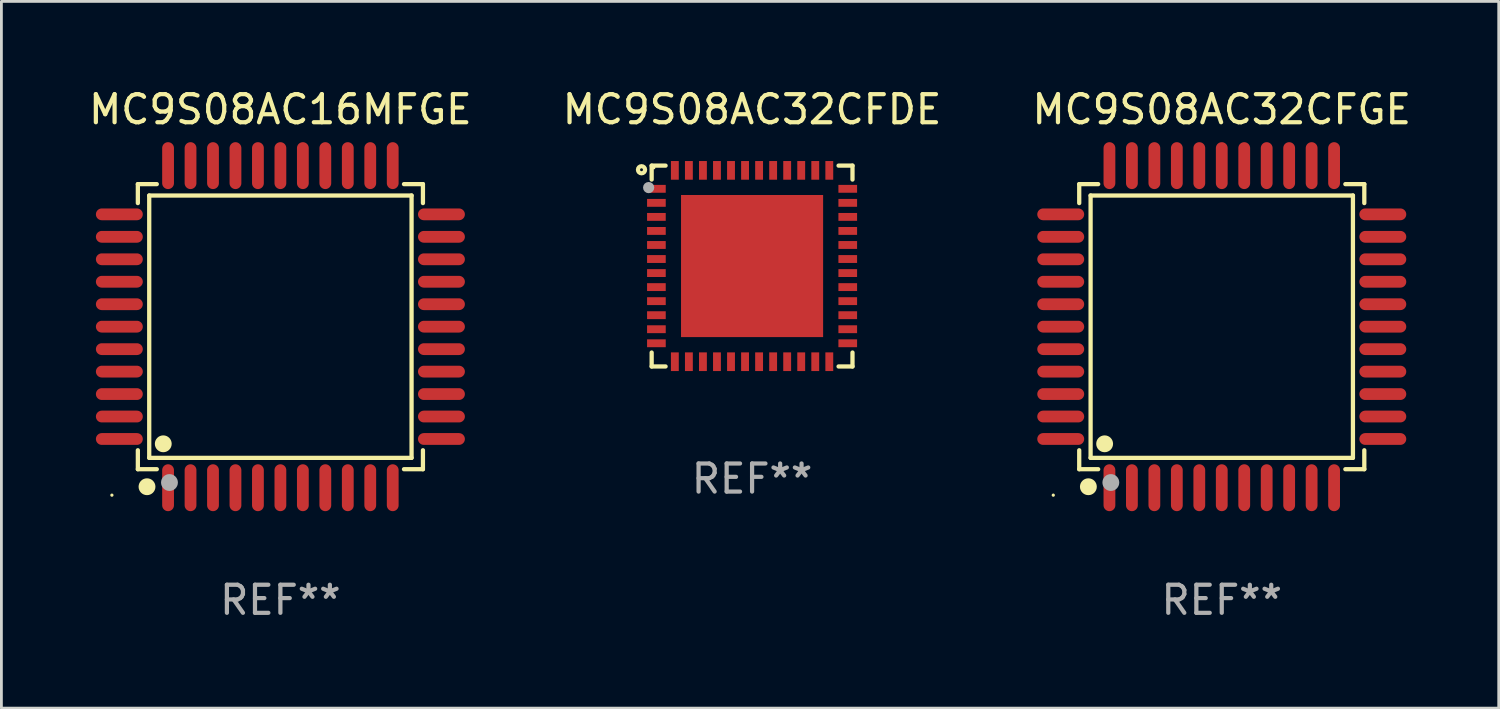
<source format=kicad_pcb>
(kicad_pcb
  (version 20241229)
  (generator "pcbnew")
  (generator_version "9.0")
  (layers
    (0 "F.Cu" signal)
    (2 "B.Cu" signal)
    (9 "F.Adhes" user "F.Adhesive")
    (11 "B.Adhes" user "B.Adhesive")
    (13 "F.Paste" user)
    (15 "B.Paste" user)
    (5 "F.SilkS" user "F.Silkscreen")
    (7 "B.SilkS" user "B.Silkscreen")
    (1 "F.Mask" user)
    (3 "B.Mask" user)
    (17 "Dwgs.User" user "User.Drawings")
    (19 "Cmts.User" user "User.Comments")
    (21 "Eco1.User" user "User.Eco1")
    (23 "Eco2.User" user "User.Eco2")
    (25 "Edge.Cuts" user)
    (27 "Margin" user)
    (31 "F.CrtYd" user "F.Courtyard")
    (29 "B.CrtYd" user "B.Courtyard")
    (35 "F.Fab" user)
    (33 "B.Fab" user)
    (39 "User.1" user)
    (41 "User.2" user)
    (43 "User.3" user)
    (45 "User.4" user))
  (footprint "MC9S08AC16MFGE"
    (layer "F.Cu")
    (at 6.935 8.583)
    (property "Reference" "MC9S08AC16MFGE" (at 0 -7.735 0) (layer "F.SilkS") (effects (font (size 1 1) (thickness 0.15))))
    (attr through_hole)
    (fp_line (start -5.076 -5.076) (end -4.401 -5.076) (stroke (width 0.152) (type solid)) (layer "F.SilkS"))
    (fp_line (start -5.076 -4.401) (end -5.076 -5.076) (stroke (width 0.152) (type solid)) (layer "F.SilkS"))
    (fp_line (start -5.076 4.401) (end -5.076 5.076) (stroke (width 0.152) (type solid)) (layer "F.SilkS"))
    (fp_line (start -5.076 5.076) (end -4.401 5.076) (stroke (width 0.152) (type solid)) (layer "F.SilkS"))
    (fp_line (start -4.671 -4.671) (end 4.671 -4.671) (stroke (width 0.152) (type solid)) (layer "F.SilkS"))
    (fp_line (start -4.671 4.671) (end -4.671 -4.671) (stroke (width 0.152) (type solid)) (layer "F.SilkS"))
    (fp_line (start 4.671 -4.671) (end 4.671 4.671) (stroke (width 0.152) (type solid)) (layer "F.SilkS"))
    (fp_line (start 4.671 4.671) (end -4.671 4.671) (stroke (width 0.152) (type solid)) (layer "F.SilkS"))
    (fp_line (start 5.076 -5.076) (end 4.401 -5.076) (stroke (width 0.152) (type solid)) (layer "F.SilkS"))
    (fp_line (start 5.076 -4.401) (end 5.076 -5.076) (stroke (width 0.152) (type solid)) (layer "F.SilkS"))
    (fp_line (start 5.076 4.401) (end 5.076 5.076) (stroke (width 0.152) (type solid)) (layer "F.SilkS"))
    (fp_line (start 5.076 5.076) (end 4.401 5.076) (stroke (width 0.152) (type solid)) (layer "F.SilkS"))
    (fp_circle (center -6 6) (end -5.97 6) (stroke (width 0.06) (type solid)) (fill no) (layer "F.SilkS"))
    (fp_circle (center -4.75 5.7) (end -4.6 5.7) (stroke (width 0.3) (type solid)) (fill no) (layer "F.SilkS"))
    (fp_circle (center -4.171 4.171) (end -4.021 4.171) (stroke (width 0.3) (type solid)) (fill no) (layer "F.SilkS"))
    (fp_circle (center -3.95 5.55) (end -3.8 5.55) (stroke (width 0.3) (type solid)) (fill no) (layer "F.Fab"))
    (fp_text user "REF**" (at 0 9.735 0) (layer "F.Fab") (effects (font (size 1 1) (thickness 0.15))))
    (pad "1" smd oval (at -4 5.735) (size 0.42 1.67) (layers "F.Cu" "F.Mask" "F.Paste"))
    (pad "2" smd oval (at -3.2 5.735) (size 0.42 1.67) (layers "F.Cu" "F.Mask" "F.Paste"))
    (pad "3" smd oval (at -2.4 5.735) (size 0.42 1.67) (layers "F.Cu" "F.Mask" "F.Paste"))
    (pad "4" smd oval (at -1.6 5.735) (size 0.42 1.67) (layers "F.Cu" "F.Mask" "F.Paste"))
    (pad "5" smd oval (at -0.8 5.735) (size 0.42 1.67) (layers "F.Cu" "F.Mask" "F.Paste"))
    (pad "6" smd oval (at 0 5.735) (size 0.42 1.67) (layers "F.Cu" "F.Mask" "F.Paste"))
    (pad "7" smd oval (at 0.8 5.735) (size 0.42 1.67) (layers "F.Cu" "F.Mask" "F.Paste"))
    (pad "8" smd oval (at 1.6 5.735) (size 0.42 1.67) (layers "F.Cu" "F.Mask" "F.Paste"))
    (pad "9" smd oval (at 2.4 5.735) (size 0.42 1.67) (layers "F.Cu" "F.Mask" "F.Paste"))
    (pad "10" smd oval (at 3.2 5.735) (size 0.42 1.67) (layers "F.Cu" "F.Mask" "F.Paste"))
    (pad "11" smd oval (at 4 5.735) (size 0.42 1.67) (layers "F.Cu" "F.Mask" "F.Paste"))
    (pad "12" smd oval (at 5.735 4) (size 1.67 0.42) (layers "F.Cu" "F.Mask" "F.Paste"))
    (pad "13" smd oval (at 5.735 3.2) (size 1.67 0.42) (layers "F.Cu" "F.Mask" "F.Paste"))
    (pad "14" smd oval (at 5.735 2.4) (size 1.67 0.42) (layers "F.Cu" "F.Mask" "F.Paste"))
    (pad "15" smd oval (at 5.735 1.6) (size 1.67 0.42) (layers "F.Cu" "F.Mask" "F.Paste"))
    (pad "16" smd oval (at 5.735 0.8) (size 1.67 0.42) (layers "F.Cu" "F.Mask" "F.Paste"))
    (pad "17" smd oval (at 5.735 0) (size 1.67 0.42) (layers "F.Cu" "F.Mask" "F.Paste"))
    (pad "18" smd oval (at 5.735 -0.8) (size 1.67 0.42) (layers "F.Cu" "F.Mask" "F.Paste"))
    (pad "19" smd oval (at 5.735 -1.6) (size 1.67 0.42) (layers "F.Cu" "F.Mask" "F.Paste"))
    (pad "20" smd oval (at 5.735 -2.4) (size 1.67 0.42) (layers "F.Cu" "F.Mask" "F.Paste"))
    (pad "21" smd oval (at 5.735 -3.2) (size 1.67 0.42) (layers "F.Cu" "F.Mask" "F.Paste"))
    (pad "22" smd oval (at 5.735 -4) (size 1.67 0.42) (layers "F.Cu" "F.Mask" "F.Paste"))
    (pad "23" smd oval (at 4 -5.735) (size 0.42 1.67) (layers "F.Cu" "F.Mask" "F.Paste"))
    (pad "24" smd oval (at 3.2 -5.735) (size 0.42 1.67) (layers "F.Cu" "F.Mask" "F.Paste"))
    (pad "25" smd oval (at 2.4 -5.735) (size 0.42 1.67) (layers "F.Cu" "F.Mask" "F.Paste"))
    (pad "26" smd oval (at 1.6 -5.735) (size 0.42 1.67) (layers "F.Cu" "F.Mask" "F.Paste"))
    (pad "27" smd oval (at 0.8 -5.735) (size 0.42 1.67) (layers "F.Cu" "F.Mask" "F.Paste"))
    (pad "28" smd oval (at 0 -5.735) (size 0.42 1.67) (layers "F.Cu" "F.Mask" "F.Paste"))
    (pad "29" smd oval (at -0.8 -5.735) (size 0.42 1.67) (layers "F.Cu" "F.Mask" "F.Paste"))
    (pad "30" smd oval (at -1.6 -5.735) (size 0.42 1.67) (layers "F.Cu" "F.Mask" "F.Paste"))
    (pad "31" smd oval (at -2.4 -5.735) (size 0.42 1.67) (layers "F.Cu" "F.Mask" "F.Paste"))
    (pad "32" smd oval (at -3.2 -5.735) (size 0.42 1.67) (layers "F.Cu" "F.Mask" "F.Paste"))
    (pad "33" smd oval (at -4 -5.735) (size 0.42 1.67) (layers "F.Cu" "F.Mask" "F.Paste"))
    (pad "34" smd oval (at -5.735 -4) (size 1.67 0.42) (layers "F.Cu" "F.Mask" "F.Paste"))
    (pad "35" smd oval (at -5.735 -3.2) (size 1.67 0.42) (layers "F.Cu" "F.Mask" "F.Paste"))
    (pad "36" smd oval (at -5.735 -2.4) (size 1.67 0.42) (layers "F.Cu" "F.Mask" "F.Paste"))
    (pad "37" smd oval (at -5.735 -1.6) (size 1.67 0.42) (layers "F.Cu" "F.Mask" "F.Paste"))
    (pad "38" smd oval (at -5.735 -0.8) (size 1.67 0.42) (layers "F.Cu" "F.Mask" "F.Paste"))
    (pad "39" smd oval (at -5.735 0) (size 1.67 0.42) (layers "F.Cu" "F.Mask" "F.Paste"))
    (pad "40" smd oval (at -5.735 0.8) (size 1.67 0.42) (layers "F.Cu" "F.Mask" "F.Paste"))
    (pad "41" smd oval (at -5.735 1.6) (size 1.67 0.42) (layers "F.Cu" "F.Mask" "F.Paste"))
    (pad "42" smd oval (at -5.735 2.4) (size 1.67 0.42) (layers "F.Cu" "F.Mask" "F.Paste"))
    (pad "43" smd oval (at -5.735 3.2) (size 1.67 0.42) (layers "F.Cu" "F.Mask" "F.Paste"))
    (pad "44" smd oval (at -5.735 4) (size 1.67 0.42) (layers "F.Cu" "F.Mask" "F.Paste")))
  (footprint "MC9S08AC32CFDE"
    (layer "F.Cu")
    (at 23.732 6.424)
    (property "Reference" "MC9S08AC32CFDE" (at 0 -5.576 0) (layer "F.SilkS") (effects (font (size 1 1) (thickness 0.15))))
    (attr through_hole)
    (fp_line (start -3.576 -3.576) (end -3.576 -3.08) (stroke (width 0.152) (type solid)) (layer "F.SilkS"))
    (fp_line (start -3.576 3.576) (end -3.576 3.08) (stroke (width 0.152) (type solid)) (layer "F.SilkS"))
    (fp_line (start -3.08 -3.576) (end -3.576 -3.576) (stroke (width 0.152) (type solid)) (layer "F.SilkS"))
    (fp_line (start -3.08 3.576) (end -3.576 3.576) (stroke (width 0.152) (type solid)) (layer "F.SilkS"))
    (fp_line (start 3.08 -3.576) (end 3.576 -3.576) (stroke (width 0.152) (type solid)) (layer "F.SilkS"))
    (fp_line (start 3.08 3.576) (end 3.576 3.576) (stroke (width 0.152) (type solid)) (layer "F.SilkS"))
    (fp_line (start 3.576 -3.576) (end 3.576 -3.08) (stroke (width 0.152) (type solid)) (layer "F.SilkS"))
    (fp_line (start 3.576 3.576) (end 3.576 3.08) (stroke (width 0.152) (type solid)) (layer "F.SilkS"))
    (fp_circle (center -3.937 -3.429) (end -3.81 -3.429) (stroke (width 0.15) (type solid)) (fill no) (layer "F.SilkS"))
    (fp_circle (center -3.5 -3.5) (end -3.47 -3.5) (stroke (width 0.06) (type solid)) (fill no) (layer "F.SilkS"))
    (fp_circle (center -3.683 -2.794) (end -3.583 -2.794) (stroke (width 0.2) (type solid)) (fill no) (layer "F.Fab"))
    (fp_text user "REF**" (at 0 7.576 0) (layer "F.Fab") (effects (font (size 1 1) (thickness 0.15))))
    (pad "1" smd rect (at -3.407 -2.75) (size 0.665 0.28) (layers "F.Cu" "F.Mask" "F.Paste"))
    (pad "2" smd rect (at -3.407 -2.25) (size 0.665 0.28) (layers "F.Cu" "F.Mask" "F.Paste"))
    (pad "3" smd rect (at -3.407 -1.75) (size 0.665 0.28) (layers "F.Cu" "F.Mask" "F.Paste"))
    (pad "4" smd rect (at -3.407 -1.25) (size 0.665 0.28) (layers "F.Cu" "F.Mask" "F.Paste"))
    (pad "5" smd rect (at -3.407 -0.75) (size 0.665 0.28) (layers "F.Cu" "F.Mask" "F.Paste"))
    (pad "6" smd rect (at -3.407 -0.25) (size 0.665 0.28) (layers "F.Cu" "F.Mask" "F.Paste"))
    (pad "7" smd rect (at -3.407 0.25) (size 0.665 0.28) (layers "F.Cu" "F.Mask" "F.Paste"))
    (pad "8" smd rect (at -3.407 0.75) (size 0.665 0.28) (layers "F.Cu" "F.Mask" "F.Paste"))
    (pad "9" smd rect (at -3.407 1.25) (size 0.665 0.28) (layers "F.Cu" "F.Mask" "F.Paste"))
    (pad "10" smd rect (at -3.407 1.75) (size 0.665 0.28) (layers "F.Cu" "F.Mask" "F.Paste"))
    (pad "11" smd rect (at -3.407 2.25) (size 0.665 0.28) (layers "F.Cu" "F.Mask" "F.Paste"))
    (pad "12" smd rect (at -3.407 2.75) (size 0.665 0.28) (layers "F.Cu" "F.Mask" "F.Paste"))
    (pad "13" smd rect (at -2.75 3.407) (size 0.28 0.665) (layers "F.Cu" "F.Mask" "F.Paste"))
    (pad "14" smd rect (at -2.25 3.407) (size 0.28 0.665) (layers "F.Cu" "F.Mask" "F.Paste"))
    (pad "15" smd rect (at -1.75 3.407) (size 0.28 0.665) (layers "F.Cu" "F.Mask" "F.Paste"))
    (pad "16" smd rect (at -1.25 3.407) (size 0.28 0.665) (layers "F.Cu" "F.Mask" "F.Paste"))
    (pad "17" smd rect (at -0.75 3.407) (size 0.28 0.665) (layers "F.Cu" "F.Mask" "F.Paste"))
    (pad "18" smd rect (at -0.25 3.407) (size 0.28 0.665) (layers "F.Cu" "F.Mask" "F.Paste"))
    (pad "19" smd rect (at 0.25 3.407) (size 0.28 0.665) (layers "F.Cu" "F.Mask" "F.Paste"))
    (pad "20" smd rect (at 0.75 3.407) (size 0.28 0.665) (layers "F.Cu" "F.Mask" "F.Paste"))
    (pad "21" smd rect (at 1.25 3.407) (size 0.28 0.665) (layers "F.Cu" "F.Mask" "F.Paste"))
    (pad "22" smd rect (at 1.75 3.407) (size 0.28 0.665) (layers "F.Cu" "F.Mask" "F.Paste"))
    (pad "23" smd rect (at 2.25 3.407) (size 0.28 0.665) (layers "F.Cu" "F.Mask" "F.Paste"))
    (pad "24" smd rect (at 2.75 3.407) (size 0.28 0.665) (layers "F.Cu" "F.Mask" "F.Paste"))
    (pad "25" smd rect (at 3.407 2.75) (size 0.665 0.28) (layers "F.Cu" "F.Mask" "F.Paste"))
    (pad "26" smd rect (at 3.407 2.25) (size 0.665 0.28) (layers "F.Cu" "F.Mask" "F.Paste"))
    (pad "27" smd rect (at 3.407 1.75) (size 0.665 0.28) (layers "F.Cu" "F.Mask" "F.Paste"))
    (pad "28" smd rect (at 3.407 1.25) (size 0.665 0.28) (layers "F.Cu" "F.Mask" "F.Paste"))
    (pad "29" smd rect (at 3.407 0.75) (size 0.665 0.28) (layers "F.Cu" "F.Mask" "F.Paste"))
    (pad "30" smd rect (at 3.407 0.25) (size 0.665 0.28) (layers "F.Cu" "F.Mask" "F.Paste"))
    (pad "31" smd rect (at 3.407 -0.25) (size 0.665 0.28) (layers "F.Cu" "F.Mask" "F.Paste"))
    (pad "32" smd rect (at 3.407 -0.75) (size 0.665 0.28) (layers "F.Cu" "F.Mask" "F.Paste"))
    (pad "33" smd rect (at 3.407 -1.25) (size 0.665 0.28) (layers "F.Cu" "F.Mask" "F.Paste"))
    (pad "34" smd rect (at 3.407 -1.75) (size 0.665 0.28) (layers "F.Cu" "F.Mask" "F.Paste"))
    (pad "35" smd rect (at 3.407 -2.25) (size 0.665 0.28) (layers "F.Cu" "F.Mask" "F.Paste"))
    (pad "36" smd rect (at 3.407 -2.75) (size 0.665 0.28) (layers "F.Cu" "F.Mask" "F.Paste"))
    (pad "37" smd rect (at 2.75 -3.407) (size 0.28 0.665) (layers "F.Cu" "F.Mask" "F.Paste"))
    (pad "38" smd rect (at 2.25 -3.407) (size 0.28 0.665) (layers "F.Cu" "F.Mask" "F.Paste"))
    (pad "39" smd rect (at 1.75 -3.407) (size 0.28 0.665) (layers "F.Cu" "F.Mask" "F.Paste"))
    (pad "40" smd rect (at 1.25 -3.407) (size 0.28 0.665) (layers "F.Cu" "F.Mask" "F.Paste"))
    (pad "41" smd rect (at 0.75 -3.407) (size 0.28 0.665) (layers "F.Cu" "F.Mask" "F.Paste"))
    (pad "42" smd rect (at 0.25 -3.407) (size 0.28 0.665) (layers "F.Cu" "F.Mask" "F.Paste"))
    (pad "43" smd rect (at -0.25 -3.407) (size 0.28 0.665) (layers "F.Cu" "F.Mask" "F.Paste"))
    (pad "44" smd rect (at -0.75 -3.407) (size 0.28 0.665) (layers "F.Cu" "F.Mask" "F.Paste"))
    (pad "45" smd rect (at -1.25 -3.407) (size 0.28 0.665) (layers "F.Cu" "F.Mask" "F.Paste"))
    (pad "46" smd rect (at -1.75 -3.407) (size 0.28 0.665) (layers "F.Cu" "F.Mask" "F.Paste"))
    (pad "47" smd rect (at -2.25 -3.407) (size 0.28 0.665) (layers "F.Cu" "F.Mask" "F.Paste"))
    (pad "48" smd rect (at -2.75 -3.407) (size 0.28 0.665) (layers "F.Cu" "F.Mask" "F.Paste"))
    (pad "49" smd rect (at 0 0) (size 5.06 5.06) (layers "F.Cu" "F.Mask" "F.Paste")))
  (footprint "MC9S08AC32CFGE"
    (layer "F.Cu")
    (at 40.458 8.583)
    (property "Reference" "MC9S08AC32CFGE" (at 0 -7.735 0) (layer "F.SilkS") (effects (font (size 1 1) (thickness 0.15))))
    (attr through_hole)
    (fp_line (start -5.076 -5.076) (end -4.401 -5.076) (stroke (width 0.152) (type solid)) (layer "F.SilkS"))
    (fp_line (start -5.076 -4.401) (end -5.076 -5.076) (stroke (width 0.152) (type solid)) (layer "F.SilkS"))
    (fp_line (start -5.076 4.401) (end -5.076 5.076) (stroke (width 0.152) (type solid)) (layer "F.SilkS"))
    (fp_line (start -5.076 5.076) (end -4.401 5.076) (stroke (width 0.152) (type solid)) (layer "F.SilkS"))
    (fp_line (start -4.671 -4.671) (end 4.671 -4.671) (stroke (width 0.152) (type solid)) (layer "F.SilkS"))
    (fp_line (start -4.671 4.671) (end -4.671 -4.671) (stroke (width 0.152) (type solid)) (layer "F.SilkS"))
    (fp_line (start 4.671 -4.671) (end 4.671 4.671) (stroke (width 0.152) (type solid)) (layer "F.SilkS"))
    (fp_line (start 4.671 4.671) (end -4.671 4.671) (stroke (width 0.152) (type solid)) (layer "F.SilkS"))
    (fp_line (start 5.076 -5.076) (end 4.401 -5.076) (stroke (width 0.152) (type solid)) (layer "F.SilkS"))
    (fp_line (start 5.076 -4.401) (end 5.076 -5.076) (stroke (width 0.152) (type solid)) (layer "F.SilkS"))
    (fp_line (start 5.076 4.401) (end 5.076 5.076) (stroke (width 0.152) (type solid)) (layer "F.SilkS"))
    (fp_line (start 5.076 5.076) (end 4.401 5.076) (stroke (width 0.152) (type solid)) (layer "F.SilkS"))
    (fp_circle (center -6 6) (end -5.97 6) (stroke (width 0.06) (type solid)) (fill no) (layer "F.SilkS"))
    (fp_circle (center -4.75 5.7) (end -4.6 5.7) (stroke (width 0.3) (type solid)) (fill no) (layer "F.SilkS"))
    (fp_circle (center -4.171 4.171) (end -4.021 4.171) (stroke (width 0.3) (type solid)) (fill no) (layer "F.SilkS"))
    (fp_circle (center -3.95 5.55) (end -3.8 5.55) (stroke (width 0.3) (type solid)) (fill no) (layer "F.Fab"))
    (fp_text user "REF**" (at 0 9.735 0) (layer "F.Fab") (effects (font (size 1 1) (thickness 0.15))))
    (pad "1" smd oval (at -4 5.735) (size 0.42 1.67) (layers "F.Cu" "F.Mask" "F.Paste"))
    (pad "2" smd oval (at -3.2 5.735) (size 0.42 1.67) (layers "F.Cu" "F.Mask" "F.Paste"))
    (pad "3" smd oval (at -2.4 5.735) (size 0.42 1.67) (layers "F.Cu" "F.Mask" "F.Paste"))
    (pad "4" smd oval (at -1.6 5.735) (size 0.42 1.67) (layers "F.Cu" "F.Mask" "F.Paste"))
    (pad "5" smd oval (at -0.8 5.735) (size 0.42 1.67) (layers "F.Cu" "F.Mask" "F.Paste"))
    (pad "6" smd oval (at 0 5.735) (size 0.42 1.67) (layers "F.Cu" "F.Mask" "F.Paste"))
    (pad "7" smd oval (at 0.8 5.735) (size 0.42 1.67) (layers "F.Cu" "F.Mask" "F.Paste"))
    (pad "8" smd oval (at 1.6 5.735) (size 0.42 1.67) (layers "F.Cu" "F.Mask" "F.Paste"))
    (pad "9" smd oval (at 2.4 5.735) (size 0.42 1.67) (layers "F.Cu" "F.Mask" "F.Paste"))
    (pad "10" smd oval (at 3.2 5.735) (size 0.42 1.67) (layers "F.Cu" "F.Mask" "F.Paste"))
    (pad "11" smd oval (at 4 5.735) (size 0.42 1.67) (layers "F.Cu" "F.Mask" "F.Paste"))
    (pad "12" smd oval (at 5.735 4) (size 1.67 0.42) (layers "F.Cu" "F.Mask" "F.Paste"))
    (pad "13" smd oval (at 5.735 3.2) (size 1.67 0.42) (layers "F.Cu" "F.Mask" "F.Paste"))
    (pad "14" smd oval (at 5.735 2.4) (size 1.67 0.42) (layers "F.Cu" "F.Mask" "F.Paste"))
    (pad "15" smd oval (at 5.735 1.6) (size 1.67 0.42) (layers "F.Cu" "F.Mask" "F.Paste"))
    (pad "16" smd oval (at 5.735 0.8) (size 1.67 0.42) (layers "F.Cu" "F.Mask" "F.Paste"))
    (pad "17" smd oval (at 5.735 0) (size 1.67 0.42) (layers "F.Cu" "F.Mask" "F.Paste"))
    (pad "18" smd oval (at 5.735 -0.8) (size 1.67 0.42) (layers "F.Cu" "F.Mask" "F.Paste"))
    (pad "19" smd oval (at 5.735 -1.6) (size 1.67 0.42) (layers "F.Cu" "F.Mask" "F.Paste"))
    (pad "20" smd oval (at 5.735 -2.4) (size 1.67 0.42) (layers "F.Cu" "F.Mask" "F.Paste"))
    (pad "21" smd oval (at 5.735 -3.2) (size 1.67 0.42) (layers "F.Cu" "F.Mask" "F.Paste"))
    (pad "22" smd oval (at 5.735 -4) (size 1.67 0.42) (layers "F.Cu" "F.Mask" "F.Paste"))
    (pad "23" smd oval (at 4 -5.735) (size 0.42 1.67) (layers "F.Cu" "F.Mask" "F.Paste"))
    (pad "24" smd oval (at 3.2 -5.735) (size 0.42 1.67) (layers "F.Cu" "F.Mask" "F.Paste"))
    (pad "25" smd oval (at 2.4 -5.735) (size 0.42 1.67) (layers "F.Cu" "F.Mask" "F.Paste"))
    (pad "26" smd oval (at 1.6 -5.735) (size 0.42 1.67) (layers "F.Cu" "F.Mask" "F.Paste"))
    (pad "27" smd oval (at 0.8 -5.735) (size 0.42 1.67) (layers "F.Cu" "F.Mask" "F.Paste"))
    (pad "28" smd oval (at 0 -5.735) (size 0.42 1.67) (layers "F.Cu" "F.Mask" "F.Paste"))
    (pad "29" smd oval (at -0.8 -5.735) (size 0.42 1.67) (layers "F.Cu" "F.Mask" "F.Paste"))
    (pad "30" smd oval (at -1.6 -5.735) (size 0.42 1.67) (layers "F.Cu" "F.Mask" "F.Paste"))
    (pad "31" smd oval (at -2.4 -5.735) (size 0.42 1.67) (layers "F.Cu" "F.Mask" "F.Paste"))
    (pad "32" smd oval (at -3.2 -5.735) (size 0.42 1.67) (layers "F.Cu" "F.Mask" "F.Paste"))
    (pad "33" smd oval (at -4 -5.735) (size 0.42 1.67) (layers "F.Cu" "F.Mask" "F.Paste"))
    (pad "34" smd oval (at -5.735 -4) (size 1.67 0.42) (layers "F.Cu" "F.Mask" "F.Paste"))
    (pad "35" smd oval (at -5.735 -3.2) (size 1.67 0.42) (layers "F.Cu" "F.Mask" "F.Paste"))
    (pad "36" smd oval (at -5.735 -2.4) (size 1.67 0.42) (layers "F.Cu" "F.Mask" "F.Paste"))
    (pad "37" smd oval (at -5.735 -1.6) (size 1.67 0.42) (layers "F.Cu" "F.Mask" "F.Paste"))
    (pad "38" smd oval (at -5.735 -0.8) (size 1.67 0.42) (layers "F.Cu" "F.Mask" "F.Paste"))
    (pad "39" smd oval (at -5.735 0) (size 1.67 0.42) (layers "F.Cu" "F.Mask" "F.Paste"))
    (pad "40" smd oval (at -5.735 0.8) (size 1.67 0.42) (layers "F.Cu" "F.Mask" "F.Paste"))
    (pad "41" smd oval (at -5.735 1.6) (size 1.67 0.42) (layers "F.Cu" "F.Mask" "F.Paste"))
    (pad "42" smd oval (at -5.735 2.4) (size 1.67 0.42) (layers "F.Cu" "F.Mask" "F.Paste"))
    (pad "43" smd oval (at -5.735 3.2) (size 1.67 0.42) (layers "F.Cu" "F.Mask" "F.Paste"))
    (pad "44" smd oval (at -5.735 4) (size 1.67 0.42) (layers "F.Cu" "F.Mask" "F.Paste")))
  (gr_rect
    (start -3 -3)
    (end 50.321 22.167)
    (stroke (width 0.1) (type default))
    (fill no)
    (layer "Edge.Cuts")))
</source>
